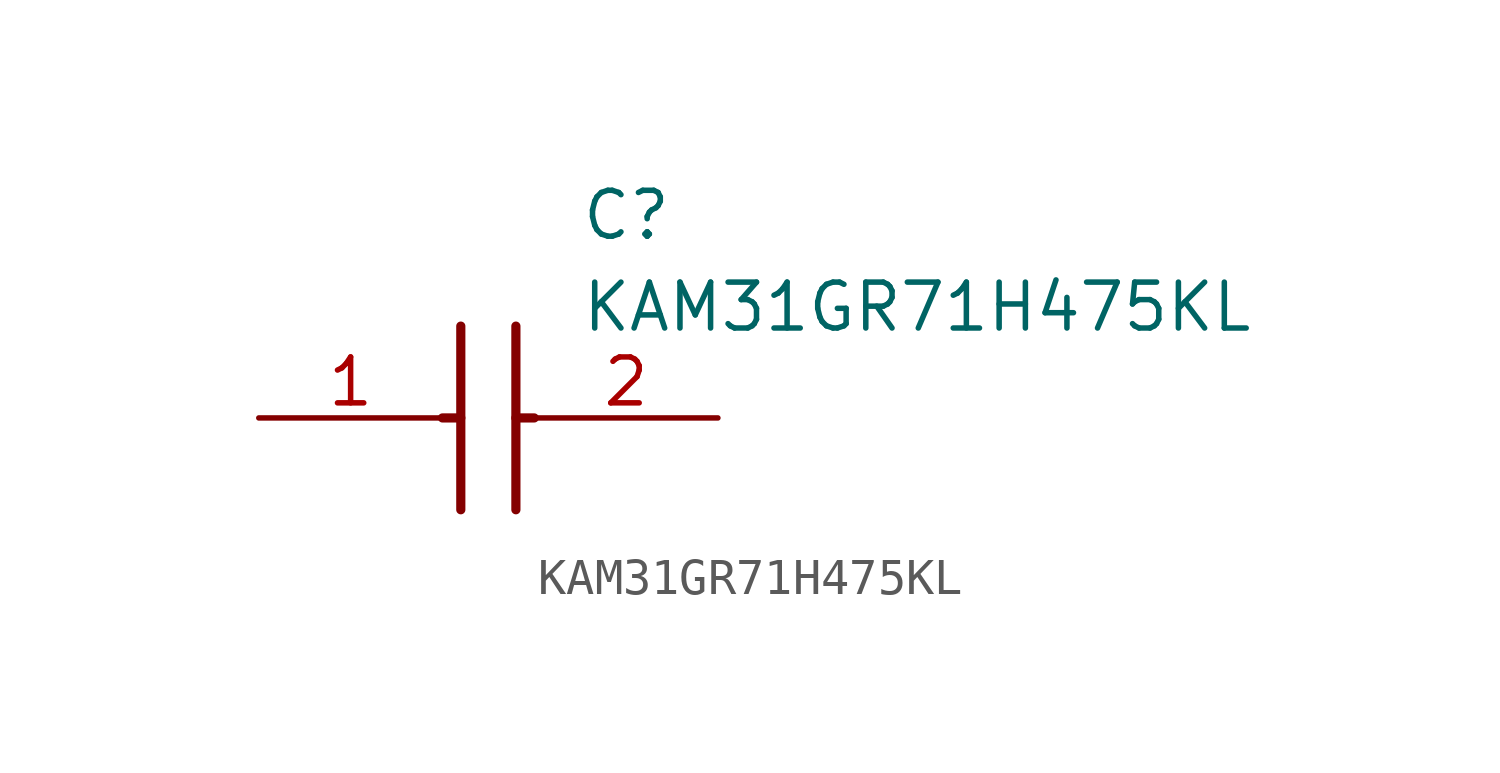
<source format=kicad_sym>
(kicad_symbol_lib
  (version 20211014)
  (generator SamacSys_ECAD_Model)
  (symbol "KAM31GR71H475KL"
    (pin_names hide)
    (property "Reference" "C"
      (at 8.89 6.35 0)
      (effects (font (size 1.27 1.27)) (justify left top)))
    (property "Value" "KAM31GR71H475KL"
      (at 8.89 3.81 0)
      (effects (font (size 1.27 1.27)) (justify left top)))
    (polyline
      (pts (xy 5.588 2.54) (xy 5.588 -2.54))
      (stroke (width 0.254) (type default))
      (fill (type none)))
    (polyline
      (pts (xy 7.112 2.54) (xy 7.112 -2.54))
      (stroke (width 0.254) (type default))
      (fill (type none)))
    (polyline
      (pts (xy 5.08 0) (xy 5.588 0))
      (stroke (width 0.254) (type default))
      (fill (type none)))
    (polyline
      (pts (xy 7.112 0) (xy 7.62 0))
      (stroke (width 0.254) (type default))
      (fill (type none)))
    (pin passive line
      (at 0 0 0)
      (length 5.08)
      (name "1" (effects (font (size 1.27 1.27))))
      (number "1" (effects (font (size 1.27 1.27)))))
    (pin passive line
      (at 12.7 0 180)
      (length 5.08)
      (name "2" (effects (font (size 1.27 1.27))))
      (number "2" (effects (font (size 1.27 1.27)))))))
</source>
